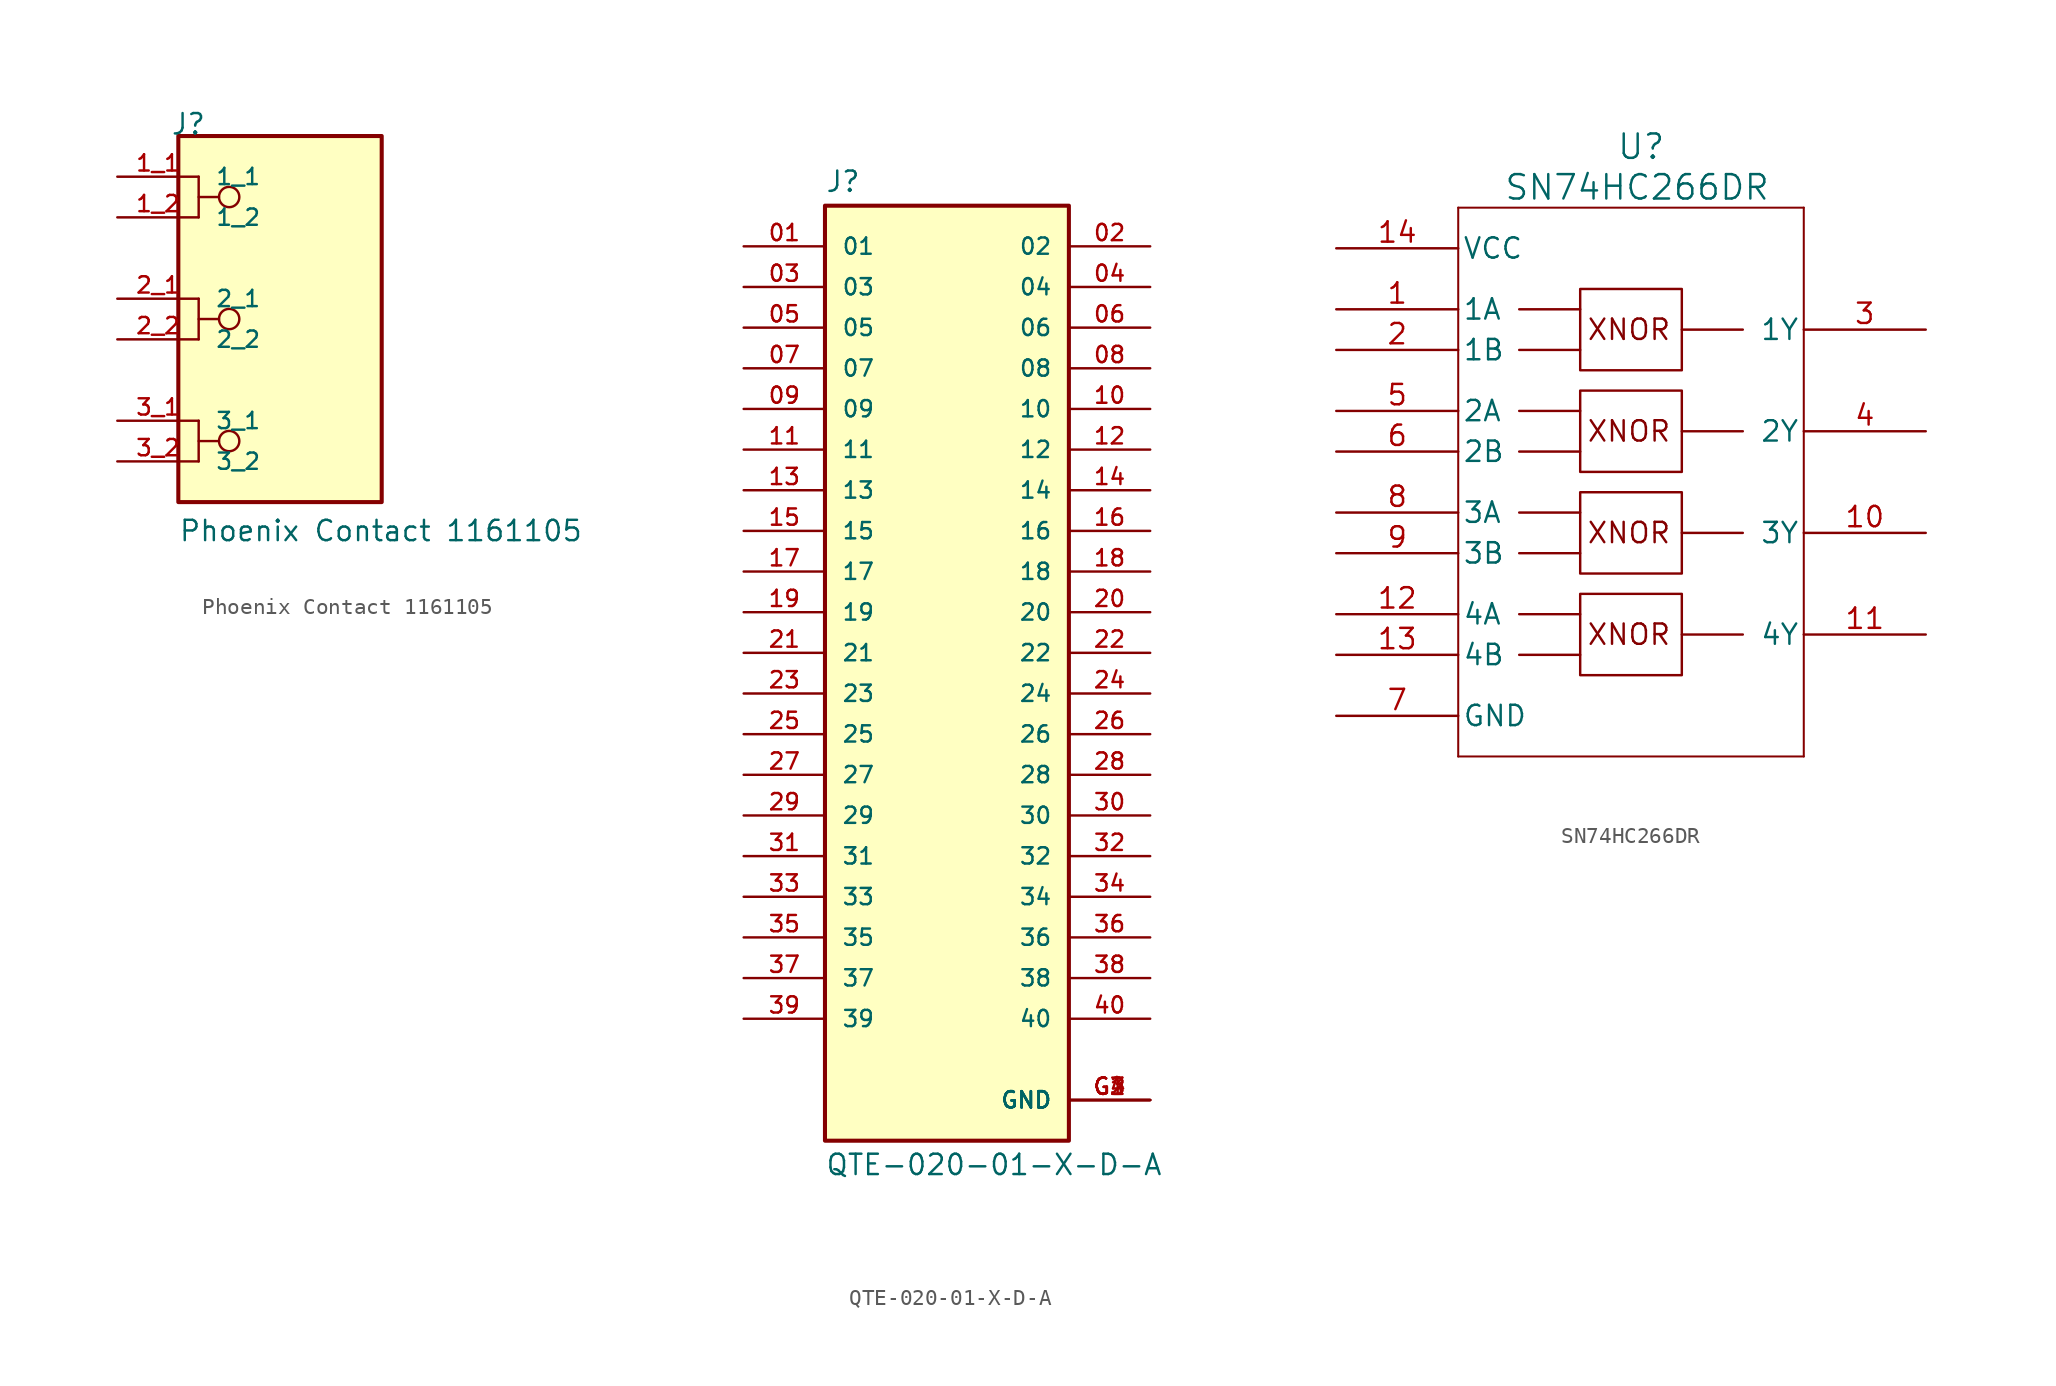
<source format=kicad_sym>
(kicad_symbol_lib
  (version 20231120)
  (generator "kicad_symbol_editor")
  (generator_version "8.0")
  (symbol "Phoenix Contact 1161105"
    (pin_names
      (offset 1.016))
    (property "Reference" "J"
      (at -6.85 12.7 0)
      (effects (font (size 1.27 1.27)) (justify left bottom)))
    (property "Value" "Phoenix Contact 1161105"
      (at -6.35 -12.7 0)
      (effects (font (size 1.27 1.27)) (justify left bottom)))
    (symbol "Phoenix Contact 1161105_0_0"
      (rectangle (start -6.35 -10.16) (end 6.35 12.7) (stroke (width 0.254) (type default)) (fill (type background)))
      (circle (center -3.175 -6.35) (radius 0.635) (stroke (width 0.152) (type default)) (fill (type none)))
      (circle (center -3.175 1.27) (radius 0.635) (stroke (width 0.152) (type default)) (fill (type none)))
      (circle (center -3.175 8.89) (radius 0.635) (stroke (width 0.152) (type default)) (fill (type none)))
      (polyline (pts (xy -5.08 -6.35) (xy -3.81 -6.35)) (stroke (width 0.152) (type default)) (fill (type none)))
      (polyline (pts (xy -5.08 -5.08) (xy -5.08 -7.62)) (stroke (width 0.152) (type default)) (fill (type none)))
      (polyline (pts (xy -5.08 1.27) (xy -3.81 1.27)) (stroke (width 0.152) (type default)) (fill (type none)))
      (polyline (pts (xy -5.08 2.54) (xy -5.08 0)) (stroke (width 0.152) (type default)) (fill (type none)))
      (polyline (pts (xy -5.08 8.89) (xy -3.81 8.89)) (stroke (width 0.152) (type default)) (fill (type none)))
      (polyline (pts (xy -5.08 10.16) (xy -5.08 7.62)) (stroke (width 0.152) (type default)) (fill (type none)))
      (pin passive line (at -10.16 10.16 0) (length 5.08) (name "1_1" (effects (font (size 1.016 1.016)))) (number "1_1" (effects (font (size 1.016 1.016)))))
      (pin passive line (at -10.16 7.62 0) (length 5.08) (name "1_2" (effects (font (size 1.016 1.016)))) (number "1_2" (effects (font (size 1.016 1.016)))))
      (pin passive line (at -10.16 2.54 0) (length 5.08) (name "2_1" (effects (font (size 1.016 1.016)))) (number "2_1" (effects (font (size 1.016 1.016)))))
      (pin passive line (at -10.16 0 0) (length 5.08) (name "2_2" (effects (font (size 1.016 1.016)))) (number "2_2" (effects (font (size 1.016 1.016)))))
      (pin passive line (at -10.16 -5.08 0) (length 5.08) (name "3_1" (effects (font (size 1.016 1.016)))) (number "3_1" (effects (font (size 1.016 1.016)))))
      (pin passive line (at -10.16 -7.62 0) (length 5.08) (name "3_2" (effects (font (size 1.016 1.016)))) (number "3_2" (effects (font (size 1.016 1.016)))))))
  (symbol "QTE-020-01-X-D-A"
    (pin_names
      (offset 1.016))
    (property "Reference" "J"
      (at -7.62 28.702 0)
      (effects (font (size 1.27 1.27)) (justify left bottom)))
    (property "Value" "QTE-020-01-X-D-A"
      (at -7.62 -31.242 0)
      (effects (font (size 1.27 1.27)) (justify left top)))
    (symbol "QTE-020-01-X-D-A_0_0"
      (rectangle (start -7.62 27.94) (end 7.62 -30.48) (stroke (width 0.254) (type default)) (fill (type background)))
      (pin passive line (at -12.7 25.4 0) (length 5.08) (name "01" (effects (font (size 1.016 1.016)))) (number "01" (effects (font (size 1.016 1.016)))))
      (pin passive line (at 12.7 25.4 180) (length 5.08) (name "02" (effects (font (size 1.016 1.016)))) (number "02" (effects (font (size 1.016 1.016)))))
      (pin passive line (at -12.7 22.86 0) (length 5.08) (name "03" (effects (font (size 1.016 1.016)))) (number "03" (effects (font (size 1.016 1.016)))))
      (pin passive line (at 12.7 22.86 180) (length 5.08) (name "04" (effects (font (size 1.016 1.016)))) (number "04" (effects (font (size 1.016 1.016)))))
      (pin passive line (at -12.7 20.32 0) (length 5.08) (name "05" (effects (font (size 1.016 1.016)))) (number "05" (effects (font (size 1.016 1.016)))))
      (pin passive line (at 12.7 20.32 180) (length 5.08) (name "06" (effects (font (size 1.016 1.016)))) (number "06" (effects (font (size 1.016 1.016)))))
      (pin passive line (at -12.7 17.78 0) (length 5.08) (name "07" (effects (font (size 1.016 1.016)))) (number "07" (effects (font (size 1.016 1.016)))))
      (pin passive line (at 12.7 17.78 180) (length 5.08) (name "08" (effects (font (size 1.016 1.016)))) (number "08" (effects (font (size 1.016 1.016)))))
      (pin passive line (at -12.7 15.24 0) (length 5.08) (name "09" (effects (font (size 1.016 1.016)))) (number "09" (effects (font (size 1.016 1.016)))))
      (pin passive line (at 12.7 15.24 180) (length 5.08) (name "10" (effects (font (size 1.016 1.016)))) (number "10" (effects (font (size 1.016 1.016)))))
      (pin passive line (at -12.7 12.7 0) (length 5.08) (name "11" (effects (font (size 1.016 1.016)))) (number "11" (effects (font (size 1.016 1.016)))))
      (pin passive line (at 12.7 12.7 180) (length 5.08) (name "12" (effects (font (size 1.016 1.016)))) (number "12" (effects (font (size 1.016 1.016)))))
      (pin passive line (at -12.7 10.16 0) (length 5.08) (name "13" (effects (font (size 1.016 1.016)))) (number "13" (effects (font (size 1.016 1.016)))))
      (pin passive line (at 12.7 10.16 180) (length 5.08) (name "14" (effects (font (size 1.016 1.016)))) (number "14" (effects (font (size 1.016 1.016)))))
      (pin passive line (at -12.7 7.62 0) (length 5.08) (name "15" (effects (font (size 1.016 1.016)))) (number "15" (effects (font (size 1.016 1.016)))))
      (pin passive line (at 12.7 7.62 180) (length 5.08) (name "16" (effects (font (size 1.016 1.016)))) (number "16" (effects (font (size 1.016 1.016)))))
      (pin passive line (at -12.7 5.08 0) (length 5.08) (name "17" (effects (font (size 1.016 1.016)))) (number "17" (effects (font (size 1.016 1.016)))))
      (pin passive line (at 12.7 5.08 180) (length 5.08) (name "18" (effects (font (size 1.016 1.016)))) (number "18" (effects (font (size 1.016 1.016)))))
      (pin passive line (at -12.7 2.54 0) (length 5.08) (name "19" (effects (font (size 1.016 1.016)))) (number "19" (effects (font (size 1.016 1.016)))))
      (pin passive line (at 12.7 2.54 180) (length 5.08) (name "20" (effects (font (size 1.016 1.016)))) (number "20" (effects (font (size 1.016 1.016)))))
      (pin passive line (at -12.7 0 0) (length 5.08) (name "21" (effects (font (size 1.016 1.016)))) (number "21" (effects (font (size 1.016 1.016)))))
      (pin passive line (at 12.7 0 180) (length 5.08) (name "22" (effects (font (size 1.016 1.016)))) (number "22" (effects (font (size 1.016 1.016)))))
      (pin passive line (at -12.7 -2.54 0) (length 5.08) (name "23" (effects (font (size 1.016 1.016)))) (number "23" (effects (font (size 1.016 1.016)))))
      (pin passive line (at 12.7 -2.54 180) (length 5.08) (name "24" (effects (font (size 1.016 1.016)))) (number "24" (effects (font (size 1.016 1.016)))))
      (pin passive line (at -12.7 -5.08 0) (length 5.08) (name "25" (effects (font (size 1.016 1.016)))) (number "25" (effects (font (size 1.016 1.016)))))
      (pin passive line (at 12.7 -5.08 180) (length 5.08) (name "26" (effects (font (size 1.016 1.016)))) (number "26" (effects (font (size 1.016 1.016)))))
      (pin passive line (at -12.7 -7.62 0) (length 5.08) (name "27" (effects (font (size 1.016 1.016)))) (number "27" (effects (font (size 1.016 1.016)))))
      (pin passive line (at 12.7 -7.62 180) (length 5.08) (name "28" (effects (font (size 1.016 1.016)))) (number "28" (effects (font (size 1.016 1.016)))))
      (pin passive line (at -12.7 -10.16 0) (length 5.08) (name "29" (effects (font (size 1.016 1.016)))) (number "29" (effects (font (size 1.016 1.016)))))
      (pin passive line (at 12.7 -10.16 180) (length 5.08) (name "30" (effects (font (size 1.016 1.016)))) (number "30" (effects (font (size 1.016 1.016)))))
      (pin passive line (at -12.7 -12.7 0) (length 5.08) (name "31" (effects (font (size 1.016 1.016)))) (number "31" (effects (font (size 1.016 1.016)))))
      (pin passive line (at 12.7 -12.7 180) (length 5.08) (name "32" (effects (font (size 1.016 1.016)))) (number "32" (effects (font (size 1.016 1.016)))))
      (pin passive line (at -12.7 -15.24 0) (length 5.08) (name "33" (effects (font (size 1.016 1.016)))) (number "33" (effects (font (size 1.016 1.016)))))
      (pin passive line (at 12.7 -15.24 180) (length 5.08) (name "34" (effects (font (size 1.016 1.016)))) (number "34" (effects (font (size 1.016 1.016)))))
      (pin passive line (at -12.7 -17.78 0) (length 5.08) (name "35" (effects (font (size 1.016 1.016)))) (number "35" (effects (font (size 1.016 1.016)))))
      (pin passive line (at 12.7 -17.78 180) (length 5.08) (name "36" (effects (font (size 1.016 1.016)))) (number "36" (effects (font (size 1.016 1.016)))))
      (pin passive line (at -12.7 -20.32 0) (length 5.08) (name "37" (effects (font (size 1.016 1.016)))) (number "37" (effects (font (size 1.016 1.016)))))
      (pin passive line (at 12.7 -20.32 180) (length 5.08) (name "38" (effects (font (size 1.016 1.016)))) (number "38" (effects (font (size 1.016 1.016)))))
      (pin passive line (at -12.7 -22.86 0) (length 5.08) (name "39" (effects (font (size 1.016 1.016)))) (number "39" (effects (font (size 1.016 1.016)))))
      (pin passive line (at 12.7 -22.86 180) (length 5.08) (name "40" (effects (font (size 1.016 1.016)))) (number "40" (effects (font (size 1.016 1.016)))))
      (pin power_in line (at 12.7 -27.94 180) (length 5.08) (name "GND" (effects (font (size 1.016 1.016)))) (number "G1" (effects (font (size 1.016 1.016)))))
      (pin power_in line (at 12.7 -27.94 180) (length 5.08) (name "GND" (effects (font (size 1.016 1.016)))) (number "G2" (effects (font (size 1.016 1.016)))))
      (pin power_in line (at 12.7 -27.94 180) (length 5.08) (name "GND" (effects (font (size 1.016 1.016)))) (number "G3" (effects (font (size 1.016 1.016)))))
      (pin power_in line (at 12.7 -27.94 180) (length 5.08) (name "GND" (effects (font (size 1.016 1.016)))) (number "G4" (effects (font (size 1.016 1.016)))))))
  (symbol "SN74HC266DR"
    (pin_names
      (offset 0.254))
    (property "Reference" "U"
      (at 19.05 10.16 0)
      (effects (font (size 1.524 1.524))))
    (property "Value" "SN74HC266DR"
      (at 18.796 7.62 0)
      (effects (font (size 1.524 1.524))))
    (symbol "SN74HC266DR_0_1"
      (polyline (pts (xy 7.62 -27.94) (xy 29.21 -27.94)) (stroke (width 0.127) (type default)) (fill (type none)))
      (polyline (pts (xy 7.62 6.35) (xy 7.62 -27.94)) (stroke (width 0.127) (type default)) (fill (type none)))
      (polyline (pts (xy 29.21 -27.94) (xy 29.21 6.35)) (stroke (width 0.127) (type default)) (fill (type none)))
      (polyline (pts (xy 29.21 6.35) (xy 7.62 6.35)) (stroke (width 0.127) (type default)) (fill (type none)))
      (rectangle (start 15.24 -17.78) (end 21.59 -22.86) (stroke (width 0) (type default)) (fill (type none)))
      (rectangle (start 15.24 -11.43) (end 21.59 -16.51) (stroke (width 0) (type default)) (fill (type none)))
      (rectangle (start 15.24 -5.08) (end 21.59 -10.16) (stroke (width 0) (type default)) (fill (type none)))
      (rectangle (start 15.24 1.27) (end 21.59 -3.81) (stroke (width 0) (type default)) (fill (type none)))
      (pin input line (at 0 0 0) (length 7.62) (name "1A" (effects (font (size 1.27 1.27)))) (number "1" (effects (font (size 1.27 1.27)))))
      (pin output line (at 36.83 -13.97 180) (length 7.62) (name "3Y" (effects (font (size 1.27 1.27)))) (number "10" (effects (font (size 1.27 1.27)))))
      (pin output line (at 36.83 -20.32 180) (length 7.62) (name "4Y" (effects (font (size 1.27 1.27)))) (number "11" (effects (font (size 1.27 1.27)))))
      (pin input line (at 0 -19.05 0) (length 7.62) (name "4A" (effects (font (size 1.27 1.27)))) (number "12" (effects (font (size 1.27 1.27)))))
      (pin input line (at 0 -21.59 0) (length 7.62) (name "4B" (effects (font (size 1.27 1.27)))) (number "13" (effects (font (size 1.27 1.27)))))
      (pin power_in line (at 0 3.81 0) (length 7.62) (name "VCC" (effects (font (size 1.27 1.27)))) (number "14" (effects (font (size 1.27 1.27)))))
      (pin input line (at 0 -2.54 0) (length 7.62) (name "1B" (effects (font (size 1.27 1.27)))) (number "2" (effects (font (size 1.27 1.27)))))
      (pin output line (at 36.83 -1.27 180) (length 7.62) (name "1Y" (effects (font (size 1.27 1.27)))) (number "3" (effects (font (size 1.27 1.27)))))
      (pin output line (at 36.83 -7.62 180) (length 7.62) (name "2Y" (effects (font (size 1.27 1.27)))) (number "4" (effects (font (size 1.27 1.27)))))
      (pin input line (at 0 -6.35 0) (length 7.62) (name "2A" (effects (font (size 1.27 1.27)))) (number "5" (effects (font (size 1.27 1.27)))))
      (pin input line (at 0 -8.89 0) (length 7.62) (name "2B" (effects (font (size 1.27 1.27)))) (number "6" (effects (font (size 1.27 1.27)))))
      (pin power_in line (at 0 -25.4 0) (length 7.62) (name "GND" (effects (font (size 1.27 1.27)))) (number "7" (effects (font (size 1.27 1.27)))))
      (pin input line (at 0 -12.7 0) (length 7.62) (name "3A" (effects (font (size 1.27 1.27)))) (number "8" (effects (font (size 1.27 1.27)))))
      (pin input line (at 0 -15.24 0) (length 7.62) (name "3B" (effects (font (size 1.27 1.27)))) (number "9" (effects (font (size 1.27 1.27))))))
    (symbol "SN74HC266DR_1_1"
      (polyline (pts (xy 11.43 -21.59) (xy 15.24 -21.59)) (stroke (width 0) (type default)) (fill (type none)))
      (polyline (pts (xy 11.43 -19.05) (xy 15.24 -19.05)) (stroke (width 0) (type default)) (fill (type none)))
      (polyline (pts (xy 11.43 -15.24) (xy 15.24 -15.24)) (stroke (width 0) (type default)) (fill (type none)))
      (polyline (pts (xy 11.43 -12.7) (xy 15.24 -12.7)) (stroke (width 0) (type default)) (fill (type none)))
      (polyline (pts (xy 11.43 -8.89) (xy 15.24 -8.89)) (stroke (width 0) (type default)) (fill (type none)))
      (polyline (pts (xy 11.43 -6.35) (xy 15.24 -6.35)) (stroke (width 0) (type default)) (fill (type none)))
      (polyline (pts (xy 11.43 -2.54) (xy 15.24 -2.54)) (stroke (width 0) (type default)) (fill (type none)))
      (polyline (pts (xy 11.43 0) (xy 15.24 0)) (stroke (width 0) (type default)) (fill (type none)))
      (polyline (pts (xy 21.59 -20.32) (xy 25.4 -20.32)) (stroke (width 0) (type default)) (fill (type none)))
      (polyline (pts (xy 21.59 -13.97) (xy 25.4 -13.97)) (stroke (width 0) (type default)) (fill (type none)))
      (polyline (pts (xy 21.59 -7.62) (xy 25.4 -7.62)) (stroke (width 0) (type default)) (fill (type none)))
      (polyline (pts (xy 21.59 -1.27) (xy 25.4 -1.27)) (stroke (width 0) (type default)) (fill (type none)))
      (text "XNOR" (at 18.288 -20.32 0) (effects (font (size 1.27 1.27))))
      (text "XNOR" (at 18.288 -13.97 0) (effects (font (size 1.27 1.27))))
      (text "XNOR" (at 18.288 -7.62 0) (effects (font (size 1.27 1.27))))
      (text "XNOR" (at 18.288 -1.27 0) (effects (font (size 1.27 1.27)))))))
</source>
